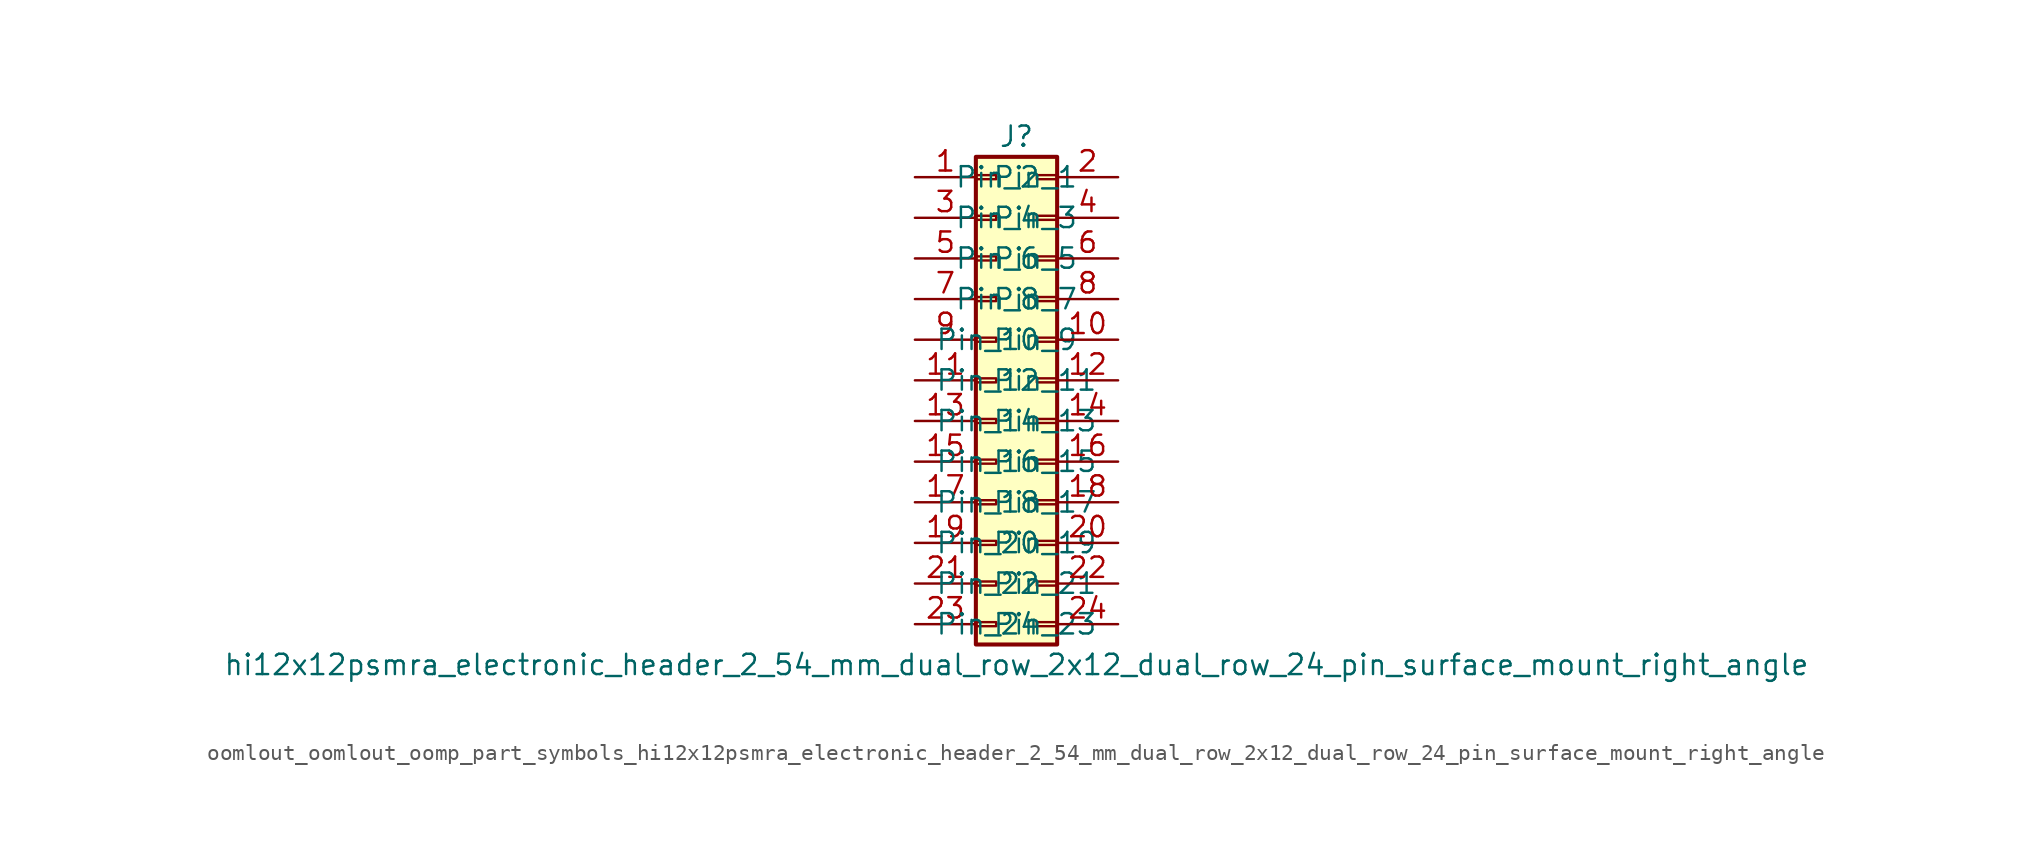
<source format=kicad_sym>
(kicad_symbol_lib
  (version 20220914)
  (generator kicad_symbol_editor)
  (symbol "oomlout_oomlout_oomp_part_symbols_hi12x12psmra_electronic_header_2_54_mm_dual_row_2x12_dual_row_24_pin_surface_mount_right_angle"
    (pin_names
      (offset 1.016))
    (property "Reference" "J"
      (at 1.27 15.24 0)
      (effects (font (size 1.27 1.27))))
    (property "Value" "hi12x12psmra_electronic_header_2_54_mm_dual_row_2x12_dual_row_24_pin_surface_mount_right_angle"
      (at 1.27 -17.78 0)
      (effects (font (size 1.27 1.27))))
    (symbol "oomlout_oomlout_oomp_part_symbols_hi12x12psmra_electronic_header_2_54_mm_dual_row_2x12_dual_row_24_pin_surface_mount_right_angle_1_1"
      (rectangle (start -1.27 -15.113) (end 0 -15.367) (stroke (width 0.152) (type default)) (fill (type none)))
      (rectangle (start -1.27 -12.573) (end 0 -12.827) (stroke (width 0.152) (type default)) (fill (type none)))
      (rectangle (start -1.27 -10.033) (end 0 -10.287) (stroke (width 0.152) (type default)) (fill (type none)))
      (rectangle (start -1.27 -7.493) (end 0 -7.747) (stroke (width 0.152) (type default)) (fill (type none)))
      (rectangle (start -1.27 -4.953) (end 0 -5.207) (stroke (width 0.152) (type default)) (fill (type none)))
      (rectangle (start -1.27 -2.413) (end 0 -2.667) (stroke (width 0.152) (type default)) (fill (type none)))
      (rectangle (start -1.27 0.127) (end 0 -0.127) (stroke (width 0.152) (type default)) (fill (type none)))
      (rectangle (start -1.27 2.667) (end 0 2.413) (stroke (width 0.152) (type default)) (fill (type none)))
      (rectangle (start -1.27 5.207) (end 0 4.953) (stroke (width 0.152) (type default)) (fill (type none)))
      (rectangle (start -1.27 7.747) (end 0 7.493) (stroke (width 0.152) (type default)) (fill (type none)))
      (rectangle (start -1.27 10.287) (end 0 10.033) (stroke (width 0.152) (type default)) (fill (type none)))
      (rectangle (start -1.27 12.827) (end 0 12.573) (stroke (width 0.152) (type default)) (fill (type none)))
      (rectangle (start -1.27 13.97) (end 3.81 -16.51) (stroke (width 0.254) (type default)) (fill (type background)))
      (rectangle (start 3.81 -15.113) (end 2.54 -15.367) (stroke (width 0.152) (type default)) (fill (type none)))
      (rectangle (start 3.81 -12.573) (end 2.54 -12.827) (stroke (width 0.152) (type default)) (fill (type none)))
      (rectangle (start 3.81 -10.033) (end 2.54 -10.287) (stroke (width 0.152) (type default)) (fill (type none)))
      (rectangle (start 3.81 -7.493) (end 2.54 -7.747) (stroke (width 0.152) (type default)) (fill (type none)))
      (rectangle (start 3.81 -4.953) (end 2.54 -5.207) (stroke (width 0.152) (type default)) (fill (type none)))
      (rectangle (start 3.81 -2.413) (end 2.54 -2.667) (stroke (width 0.152) (type default)) (fill (type none)))
      (rectangle (start 3.81 0.127) (end 2.54 -0.127) (stroke (width 0.152) (type default)) (fill (type none)))
      (rectangle (start 3.81 2.667) (end 2.54 2.413) (stroke (width 0.152) (type default)) (fill (type none)))
      (rectangle (start 3.81 5.207) (end 2.54 4.953) (stroke (width 0.152) (type default)) (fill (type none)))
      (rectangle (start 3.81 7.747) (end 2.54 7.493) (stroke (width 0.152) (type default)) (fill (type none)))
      (rectangle (start 3.81 10.287) (end 2.54 10.033) (stroke (width 0.152) (type default)) (fill (type none)))
      (rectangle (start 3.81 12.827) (end 2.54 12.573) (stroke (width 0.152) (type default)) (fill (type none)))
      (pin passive line (at -5.08 12.7 0) (length 3.81) (name "Pin_1" (effects (font (size 1.27 1.27)))) (number "1" (effects (font (size 1.27 1.27)))))
      (pin passive line (at 7.62 2.54 180) (length 3.81) (name "Pin_10" (effects (font (size 1.27 1.27)))) (number "10" (effects (font (size 1.27 1.27)))))
      (pin passive line (at -5.08 0 0) (length 3.81) (name "Pin_11" (effects (font (size 1.27 1.27)))) (number "11" (effects (font (size 1.27 1.27)))))
      (pin passive line (at 7.62 0 180) (length 3.81) (name "Pin_12" (effects (font (size 1.27 1.27)))) (number "12" (effects (font (size 1.27 1.27)))))
      (pin passive line (at -5.08 -2.54 0) (length 3.81) (name "Pin_13" (effects (font (size 1.27 1.27)))) (number "13" (effects (font (size 1.27 1.27)))))
      (pin passive line (at 7.62 -2.54 180) (length 3.81) (name "Pin_14" (effects (font (size 1.27 1.27)))) (number "14" (effects (font (size 1.27 1.27)))))
      (pin passive line (at -5.08 -5.08 0) (length 3.81) (name "Pin_15" (effects (font (size 1.27 1.27)))) (number "15" (effects (font (size 1.27 1.27)))))
      (pin passive line (at 7.62 -5.08 180) (length 3.81) (name "Pin_16" (effects (font (size 1.27 1.27)))) (number "16" (effects (font (size 1.27 1.27)))))
      (pin passive line (at -5.08 -7.62 0) (length 3.81) (name "Pin_17" (effects (font (size 1.27 1.27)))) (number "17" (effects (font (size 1.27 1.27)))))
      (pin passive line (at 7.62 -7.62 180) (length 3.81) (name "Pin_18" (effects (font (size 1.27 1.27)))) (number "18" (effects (font (size 1.27 1.27)))))
      (pin passive line (at -5.08 -10.16 0) (length 3.81) (name "Pin_19" (effects (font (size 1.27 1.27)))) (number "19" (effects (font (size 1.27 1.27)))))
      (pin passive line (at 7.62 12.7 180) (length 3.81) (name "Pin_2" (effects (font (size 1.27 1.27)))) (number "2" (effects (font (size 1.27 1.27)))))
      (pin passive line (at 7.62 -10.16 180) (length 3.81) (name "Pin_20" (effects (font (size 1.27 1.27)))) (number "20" (effects (font (size 1.27 1.27)))))
      (pin passive line (at -5.08 -12.7 0) (length 3.81) (name "Pin_21" (effects (font (size 1.27 1.27)))) (number "21" (effects (font (size 1.27 1.27)))))
      (pin passive line (at 7.62 -12.7 180) (length 3.81) (name "Pin_22" (effects (font (size 1.27 1.27)))) (number "22" (effects (font (size 1.27 1.27)))))
      (pin passive line (at -5.08 -15.24 0) (length 3.81) (name "Pin_23" (effects (font (size 1.27 1.27)))) (number "23" (effects (font (size 1.27 1.27)))))
      (pin passive line (at 7.62 -15.24 180) (length 3.81) (name "Pin_24" (effects (font (size 1.27 1.27)))) (number "24" (effects (font (size 1.27 1.27)))))
      (pin passive line (at -5.08 10.16 0) (length 3.81) (name "Pin_3" (effects (font (size 1.27 1.27)))) (number "3" (effects (font (size 1.27 1.27)))))
      (pin passive line (at 7.62 10.16 180) (length 3.81) (name "Pin_4" (effects (font (size 1.27 1.27)))) (number "4" (effects (font (size 1.27 1.27)))))
      (pin passive line (at -5.08 7.62 0) (length 3.81) (name "Pin_5" (effects (font (size 1.27 1.27)))) (number "5" (effects (font (size 1.27 1.27)))))
      (pin passive line (at 7.62 7.62 180) (length 3.81) (name "Pin_6" (effects (font (size 1.27 1.27)))) (number "6" (effects (font (size 1.27 1.27)))))
      (pin passive line (at -5.08 5.08 0) (length 3.81) (name "Pin_7" (effects (font (size 1.27 1.27)))) (number "7" (effects (font (size 1.27 1.27)))))
      (pin passive line (at 7.62 5.08 180) (length 3.81) (name "Pin_8" (effects (font (size 1.27 1.27)))) (number "8" (effects (font (size 1.27 1.27)))))
      (pin passive line (at -5.08 2.54 0) (length 3.81) (name "Pin_9" (effects (font (size 1.27 1.27)))) (number "9" (effects (font (size 1.27 1.27))))))))
</source>
